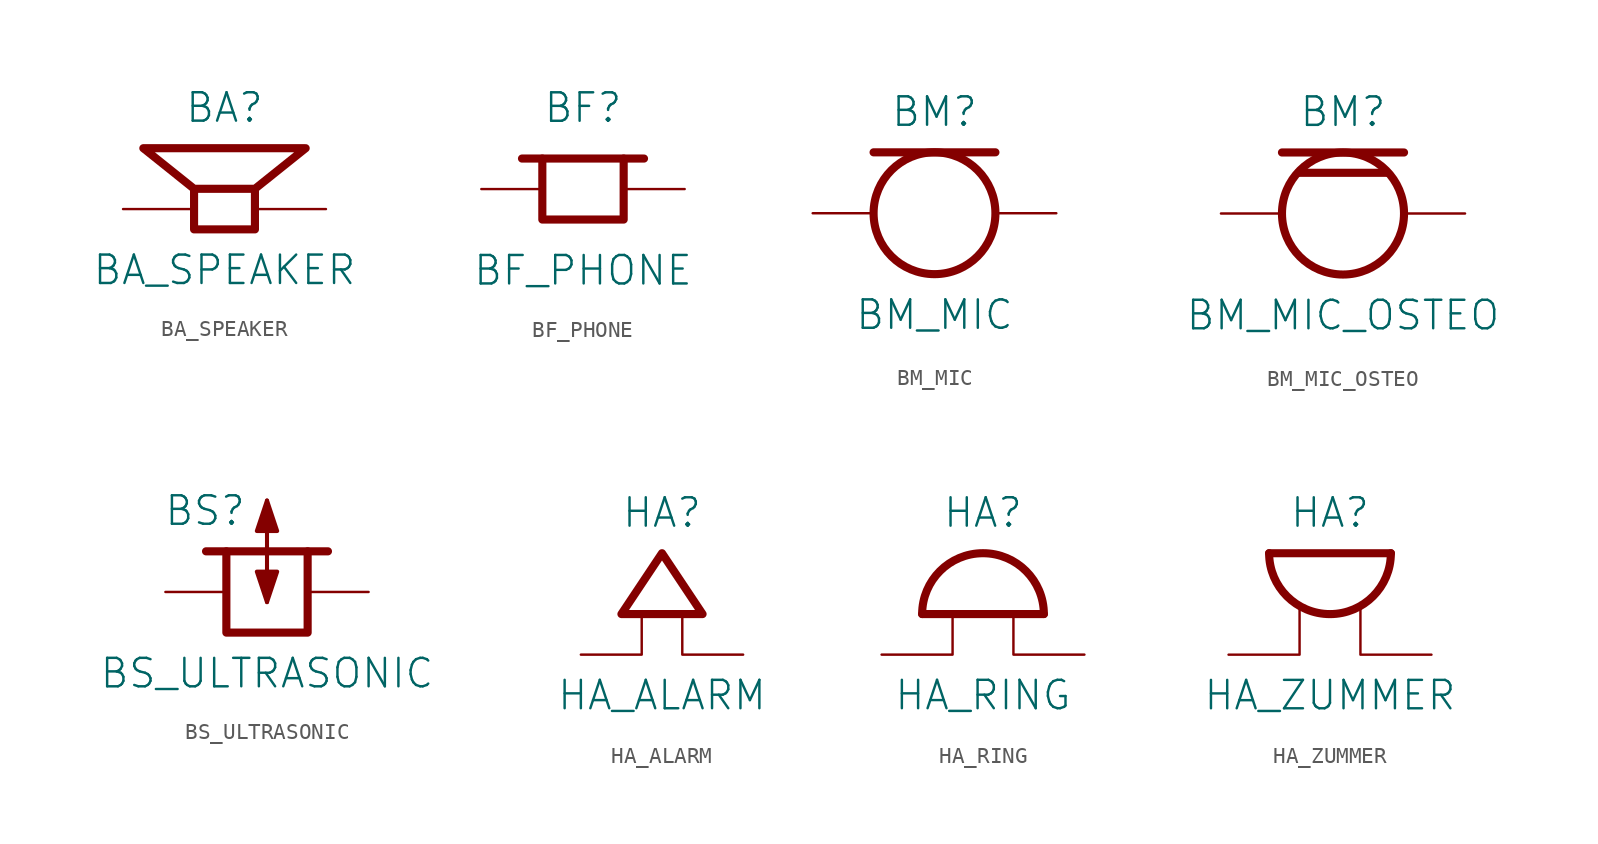
<source format=kicad_sym>
(kicad_symbol_lib
  (version 20211014)
  (generator kicad_symbol_editor)
  (symbol "BA_SPEAKER"
    (pin_names
      (offset 0))
    (property "Reference" "BA"
      (at 0 6.35 0)
      (effects (font (size 1.778 1.778))))
    (property "Value" "BA_SPEAKER"
      (at 0 -3.81 0)
      (effects (font (size 1.778 1.778))))
    (symbol "BA_SPEAKER_0_1"
      (polyline (pts (xy -6.35 0) (xy -1.905 0)) (stroke (width 0) (type default) (color 0 0 0 0)) (fill (type none)))
      (polyline (pts (xy 1.905 0) (xy 6.35 0)) (stroke (width 0) (type default) (color 0 0 0 0)) (fill (type none)))
      (polyline (pts (xy 1.905 1.27) (xy -1.905 1.27) (xy -1.905 -1.27) (xy 1.905 -1.27) (xy 1.905 1.27) (xy 5.08 3.81) (xy -5.08 3.81) (xy -1.905 1.27)) (stroke (width 0.508) (type default) (color 0 0 0 0)) (fill (type none))))
    (symbol "BA_SPEAKER_1_1"
      (pin passive line (at -6.35 0 0) (length 2.54) hide (name "~" (effects (font (size 1.27 1.27)))) (number "1" (effects (font (size 1.27 1.27)))))
      (pin passive line (at 6.35 0 180) (length 2.54) hide (name "~" (effects (font (size 1.27 1.27)))) (number "2" (effects (font (size 1.27 1.27)))))))
  (symbol "BF_PHONE"
    (pin_names
      (offset 0))
    (property "Reference" "BF"
      (at 0 5.08 0)
      (effects (font (size 1.778 1.778))))
    (property "Value" "BF_PHONE"
      (at 0 -5.08 0)
      (effects (font (size 1.778 1.778))))
    (symbol "BF_PHONE_0_1"
      (polyline (pts (xy -6.35 0) (xy -2.54 0)) (stroke (width 0) (type default) (color 0 0 0 0)) (fill (type none)))
      (polyline (pts (xy -3.81 1.905) (xy 3.81 1.905)) (stroke (width 0.508) (type default) (color 0 0 0 0)) (fill (type none)))
      (polyline (pts (xy 2.54 0) (xy 6.35 0)) (stroke (width 0) (type default) (color 0 0 0 0)) (fill (type none)))
      (polyline (pts (xy -2.54 1.905) (xy -2.54 -1.905) (xy 2.54 -1.905) (xy 2.54 1.905)) (stroke (width 0.508) (type default) (color 0 0 0 0)) (fill (type none))))
    (symbol "BF_PHONE_1_1"
      (pin passive line (at -6.35 0 0) (length 2.54) hide (name "~" (effects (font (size 1.27 1.27)))) (number "1" (effects (font (size 1.27 1.27)))))
      (pin passive line (at 6.35 0 180) (length 2.54) hide (name "~" (effects (font (size 1.27 1.27)))) (number "2" (effects (font (size 1.27 1.27)))))))
  (symbol "BM_MIC"
    (pin_names
      (offset 0))
    (property "Reference" "BM"
      (at 0 6.35 0)
      (effects (font (size 1.778 1.778))))
    (property "Value" "BM_MIC"
      (at 0 -6.35 0)
      (effects (font (size 1.778 1.778))))
    (symbol "BM_MIC_0_1"
      (polyline (pts (xy -7.62 0) (xy -3.81 0)) (stroke (width 0) (type default) (color 0 0 0 0)) (fill (type none)))
      (polyline (pts (xy -3.81 3.81) (xy 3.81 3.81)) (stroke (width 0.508) (type default) (color 0 0 0 0)) (fill (type none)))
      (polyline (pts (xy 3.81 0) (xy 7.62 0)) (stroke (width 0) (type default) (color 0 0 0 0)) (fill (type none)))
      (circle (center 0 0) (radius 3.81) (stroke (width 0.508) (type default) (color 0 0 0 0)) (fill (type none))))
    (symbol "BM_MIC_1_1"
      (pin passive line (at -7.62 0 0) (length 2.54) hide (name "~" (effects (font (size 1.27 1.27)))) (number "1" (effects (font (size 1.27 1.27)))))
      (pin passive line (at 7.62 0 180) (length 2.54) hide (name "~" (effects (font (size 1.27 1.27)))) (number "2" (effects (font (size 1.27 1.27)))))))
  (symbol "BM_MIC_OSTEO"
    (pin_names
      (offset 0))
    (property "Reference" "BM"
      (at 0 6.35 0)
      (effects (font (size 1.778 1.778))))
    (property "Value" "BM_MIC_OSTEO"
      (at 0 -6.35 0)
      (effects (font (size 1.778 1.778))))
    (symbol "BM_MIC_OSTEO_0_1"
      (polyline (pts (xy -7.62 0) (xy -3.81 0)) (stroke (width 0) (type default) (color 0 0 0 0)) (fill (type none)))
      (polyline (pts (xy -3.81 3.81) (xy 3.81 3.81)) (stroke (width 0.508) (type default) (color 0 0 0 0)) (fill (type none)))
      (polyline (pts (xy -2.794 2.54) (xy 2.794 2.54)) (stroke (width 0.508) (type default) (color 0 0 0 0)) (fill (type none)))
      (polyline (pts (xy 3.81 0) (xy 7.62 0)) (stroke (width 0) (type default) (color 0 0 0 0)) (fill (type none)))
      (circle (center 0 0) (radius 3.81) (stroke (width 0.508) (type default) (color 0 0 0 0)) (fill (type none))))
    (symbol "BM_MIC_OSTEO_1_1"
      (pin passive line (at -7.62 0 0) (length 2.54) hide (name "~" (effects (font (size 1.27 1.27)))) (number "1" (effects (font (size 1.27 1.27)))))
      (pin passive line (at 7.62 0 180) (length 2.54) hide (name "~" (effects (font (size 1.27 1.27)))) (number "2" (effects (font (size 1.27 1.27)))))))
  (symbol "BS_ULTRASONIC"
    (pin_names
      (offset 0))
    (property "Reference" "BS"
      (at -1.27 5.08 0)
      (effects (font (size 1.778 1.778)) (justify right)))
    (property "Value" "BS_ULTRASONIC"
      (at 0 -5.08 0)
      (effects (font (size 1.778 1.778))))
    (symbol "BS_ULTRASONIC_0_1"
      (polyline (pts (xy -6.35 0) (xy -2.54 0)) (stroke (width 0) (type default) (color 0 0 0 0)) (fill (type none)))
      (polyline (pts (xy 0 -0.635) (xy 0 5.715)) (stroke (width 0.254) (type default) (color 0 0 0 0)) (fill (type none)))
      (polyline (pts (xy 2.54 0) (xy 6.35 0)) (stroke (width 0) (type default) (color 0 0 0 0)) (fill (type none)))
      (polyline (pts (xy 3.81 2.54) (xy -3.81 2.54)) (stroke (width 0.508) (type default) (color 0 0 0 0)) (fill (type none)))
      (polyline (pts (xy -2.54 2.54) (xy -2.54 -2.54) (xy 2.54 -2.54) (xy 2.54 2.54)) (stroke (width 0.508) (type default) (color 0 0 0 0)) (fill (type none)))
      (polyline (pts (xy 0 -0.635) (xy -0.635 1.27) (xy 0.635 1.27) (xy 0 -0.635)) (stroke (width 0.254) (type default) (color 0 0 0 0)) (fill (type outline)))
      (polyline (pts (xy 0 5.715) (xy -0.635 3.81) (xy 0.635 3.81) (xy 0 5.715)) (stroke (width 0.254) (type default) (color 0 0 0 0)) (fill (type outline))))
    (symbol "BS_ULTRASONIC_1_1"
      (pin passive line (at -6.35 0 0) (length 2.54) hide (name "~" (effects (font (size 1.27 1.27)))) (number "1" (effects (font (size 1.27 1.27)))))
      (pin passive line (at 6.35 0 180) (length 2.54) hide (name "~" (effects (font (size 1.27 1.27)))) (number "2" (effects (font (size 1.27 1.27)))))))
  (symbol "HA_ALARM"
    (pin_names
      (offset 0))
    (property "Reference" "HA"
      (at 0 7.62 0)
      (effects (font (size 1.778 1.778))))
    (property "Value" "HA_ALARM"
      (at 0 -3.81 0)
      (effects (font (size 1.778 1.778))))
    (symbol "HA_ALARM_0_1"
      (polyline (pts (xy -5.08 -1.27) (xy -1.27 -1.27) (xy -1.27 1.27)) (stroke (width 0) (type default) (color 0 0 0 0)) (fill (type none)))
      (polyline (pts (xy 5.08 -1.27) (xy 1.27 -1.27) (xy 1.27 1.27)) (stroke (width 0) (type default) (color 0 0 0 0)) (fill (type none)))
      (polyline (pts (xy -2.54 1.27) (xy 0 5.08) (xy 2.54 1.27) (xy -2.54 1.27)) (stroke (width 0.508) (type default) (color 0 0 0 0)) (fill (type none))))
    (symbol "HA_ALARM_1_1"
      (pin passive line (at -5.08 -1.27 0) (length 2.54) hide (name "~" (effects (font (size 1.27 1.27)))) (number "1" (effects (font (size 1.27 1.27)))))
      (pin passive line (at 5.08 -1.27 180) (length 2.54) hide (name "~" (effects (font (size 1.27 1.27)))) (number "2" (effects (font (size 1.27 1.27)))))))
  (symbol "HA_RING"
    (pin_names
      (offset 0))
    (property "Reference" "HA"
      (at 0 7.62 0)
      (effects (font (size 1.778 1.778))))
    (property "Value" "HA_RING"
      (at 0 -3.81 0)
      (effects (font (size 1.778 1.778))))
    (symbol "HA_RING_0_1"
      (polyline (pts (xy -3.81 1.27) (xy 3.81 1.27)) (stroke (width 0.508) (type default) (color 0 0 0 0)) (fill (type none)))
      (polyline (pts (xy -6.35 -1.27) (xy -1.905 -1.27) (xy -1.905 1.27)) (stroke (width 0) (type default) (color 0 0 0 0)) (fill (type none)))
      (polyline (pts (xy 1.905 1.27) (xy 1.905 -1.27) (xy 6.35 -1.27)) (stroke (width 0) (type default) (color 0 0 0 0)) (fill (type none)))
      (arc (start 3.81 1.27) (mid 0 5.08) (end -3.81 1.27) (stroke (width 0.508) (type default) (color 0 0 0 0)) (fill (type none))))
    (symbol "HA_RING_1_1"
      (pin passive line (at -6.35 -1.27 0) (length 2.54) hide (name "~" (effects (font (size 1.27 1.27)))) (number "1" (effects (font (size 1.27 1.27)))))
      (pin passive line (at 6.35 -1.27 180) (length 2.54) hide (name "~" (effects (font (size 1.27 1.27)))) (number "2" (effects (font (size 1.27 1.27)))))))
  (symbol "HA_ZUMMER"
    (pin_names
      (offset 0))
    (property "Reference" "HA"
      (at 0 7.62 0)
      (effects (font (size 1.778 1.778))))
    (property "Value" "HA_ZUMMER"
      (at 0 -3.81 0)
      (effects (font (size 1.778 1.778))))
    (symbol "HA_ZUMMER_0_1"
      (arc (start -3.81 5.08) (mid 0 1.27) (end 3.81 5.08) (stroke (width 0.508) (type default) (color 0 0 0 0)) (fill (type none)))
      (polyline (pts (xy -3.81 5.08) (xy 3.81 5.08)) (stroke (width 0.508) (type default) (color 0 0 0 0)) (fill (type none)))
      (polyline (pts (xy -6.35 -1.27) (xy -1.905 -1.27) (xy -1.905 1.778)) (stroke (width 0) (type default) (color 0 0 0 0)) (fill (type none)))
      (polyline (pts (xy 6.35 -1.27) (xy 1.905 -1.27) (xy 1.905 1.778)) (stroke (width 0) (type default) (color 0 0 0 0)) (fill (type none))))
    (symbol "HA_ZUMMER_1_1"
      (pin passive line (at -6.35 -1.27 0) (length 2.54) hide (name "~" (effects (font (size 1.27 1.27)))) (number "1" (effects (font (size 1.27 1.27)))))
      (pin passive line (at 6.35 -1.27 180) (length 2.54) hide (name "~" (effects (font (size 1.27 1.27)))) (number "2" (effects (font (size 1.27 1.27))))))))
</source>
